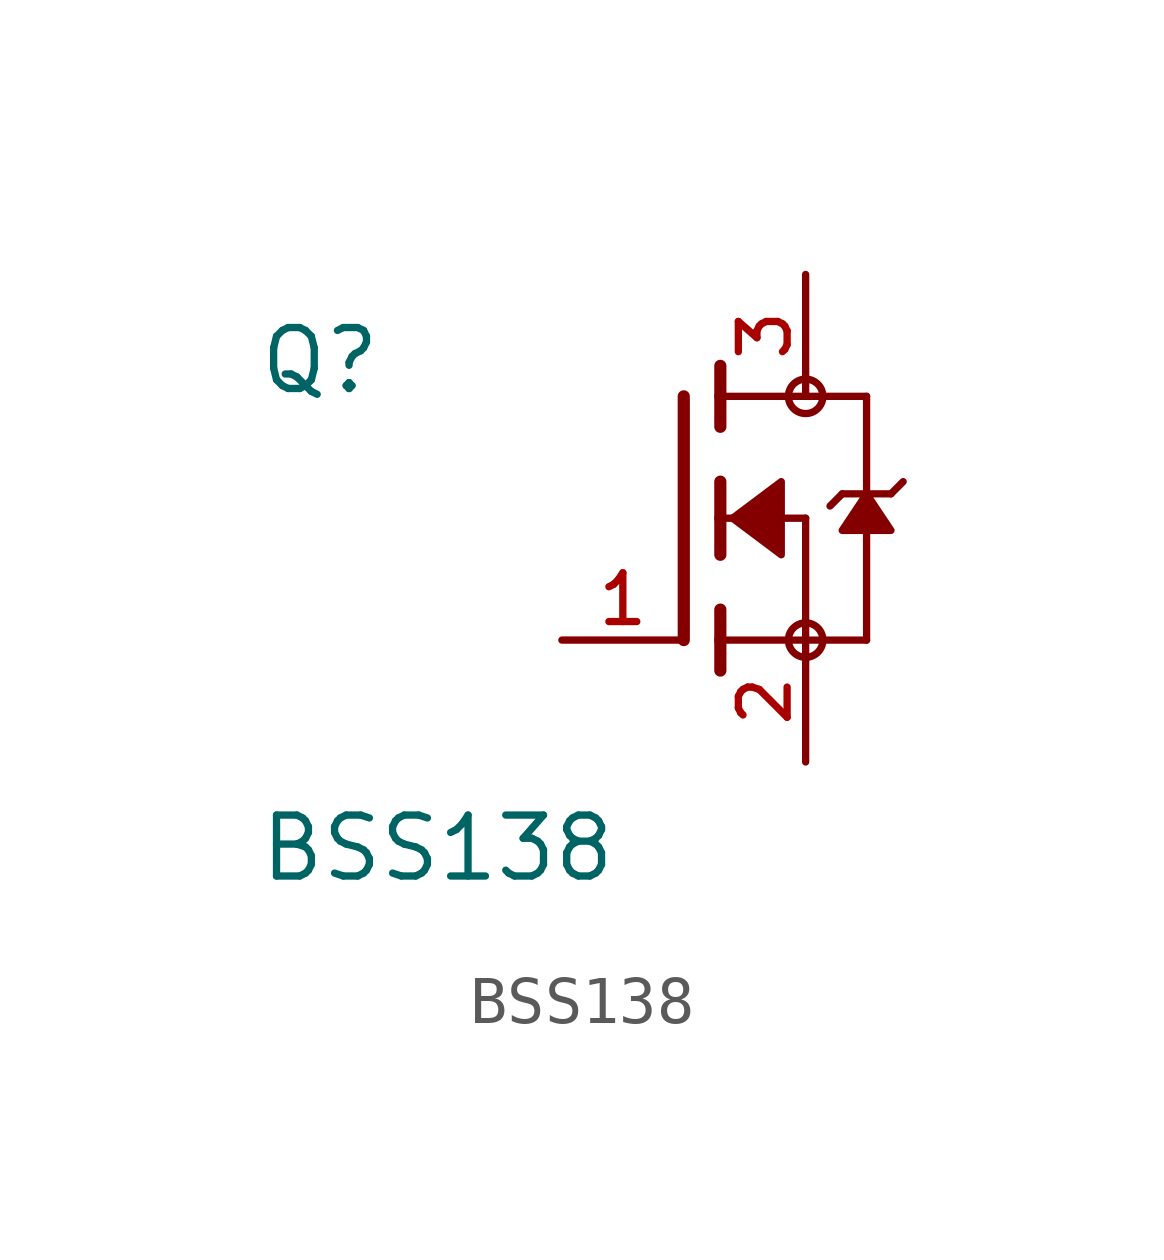
<source format=kicad_sym>
(kicad_symbol_lib
  (version 20241209)
  (generator "kicad_symbol_editor")
  (generator_version "9.0")
  (symbol "BSS138"
    (pin_names
      (offset 1.016))
    (property "Reference" "Q"
      (at -8.89 2.54 0)
      (effects (font (size 1.27 1.27)) (justify left bottom)))
    (property "Value" "BSS138"
      (at -8.89 -7.62 0)
      (effects (font (size 1.27 1.27)) (justify left bottom)))
    (symbol "BSS138_0_0"
      (polyline (pts (xy 0 2.54) (xy 0 -2.54)) (stroke (width 0.254) (type default)) (fill (type none)))
      (polyline (pts (xy 0.762 3.175) (xy 0.762 2.54)) (stroke (width 0.254) (type default)) (fill (type none)))
      (polyline (pts (xy 0.762 2.54) (xy 0.762 1.905)) (stroke (width 0.254) (type default)) (fill (type none)))
      (polyline (pts (xy 0.762 2.54) (xy 3.81 2.54)) (stroke (width 0.152) (type default)) (fill (type none)))
      (polyline (pts (xy 0.762 0.762) (xy 0.762 0)) (stroke (width 0.254) (type default)) (fill (type none)))
      (polyline (pts (xy 0.762 0) (xy 0.762 -0.762)) (stroke (width 0.254) (type default)) (fill (type none)))
      (polyline (pts (xy 0.762 0) (xy 2.54 0)) (stroke (width 0.152) (type default)) (fill (type none)))
      (polyline (pts (xy 0.762 -1.905) (xy 0.762 -2.54)) (stroke (width 0.254) (type default)) (fill (type none)))
      (polyline (pts (xy 0.762 -2.54) (xy 0.762 -3.175)) (stroke (width 0.254) (type default)) (fill (type none)))
      (polyline (pts (xy 1.016 0) (xy 2.032 0.762) (xy 2.032 -0.762) (xy 1.016 0)) (stroke (width 0.152) (type default)) (fill (type outline)))
      (circle (center 2.54 2.54) (radius 0.359) (stroke (width 0) (type default)) (fill (type none)))
      (polyline (pts (xy 2.54 0) (xy 2.54 -2.54)) (stroke (width 0.152) (type default)) (fill (type none)))
      (polyline (pts (xy 2.54 -2.54) (xy 0.762 -2.54)) (stroke (width 0.152) (type default)) (fill (type none)))
      (polyline (pts (xy 2.54 -2.54) (xy 3.81 -2.54)) (stroke (width 0.152) (type default)) (fill (type none)))
      (circle (center 2.54 -2.54) (radius 0.359) (stroke (width 0) (type default)) (fill (type none)))
      (polyline (pts (xy 3.302 0.508) (xy 3.048 0.254)) (stroke (width 0.152) (type default)) (fill (type none)))
      (polyline (pts (xy 3.81 2.54) (xy 3.81 0.508)) (stroke (width 0.152) (type default)) (fill (type none)))
      (polyline (pts (xy 3.81 0.508) (xy 3.302 0.508)) (stroke (width 0.152) (type default)) (fill (type none)))
      (polyline (pts (xy 3.81 0.508) (xy 3.81 -2.54)) (stroke (width 0.152) (type default)) (fill (type none)))
      (polyline (pts (xy 3.81 0.508) (xy 3.302 -0.254) (xy 4.318 -0.254) (xy 3.81 0.508)) (stroke (width 0.152) (type default)) (fill (type outline)))
      (polyline (pts (xy 4.318 0.508) (xy 3.81 0.508)) (stroke (width 0.152) (type default)) (fill (type none)))
      (polyline (pts (xy 4.572 0.762) (xy 4.318 0.508)) (stroke (width 0.152) (type default)) (fill (type none)))
      (pin passive line (at -2.54 -2.54 0) (length 2.54) (name "~" (effects (font (size 1.016 1.016)))) (number "1" (effects (font (size 1.016 1.016)))))
      (pin passive line (at 2.54 5.08 270) (length 2.54) (name "~" (effects (font (size 1.016 1.016)))) (number "3" (effects (font (size 1.016 1.016)))))
      (pin passive line (at 2.54 -5.08 90) (length 2.54) (name "~" (effects (font (size 1.016 1.016)))) (number "2" (effects (font (size 1.016 1.016))))))))
</source>
